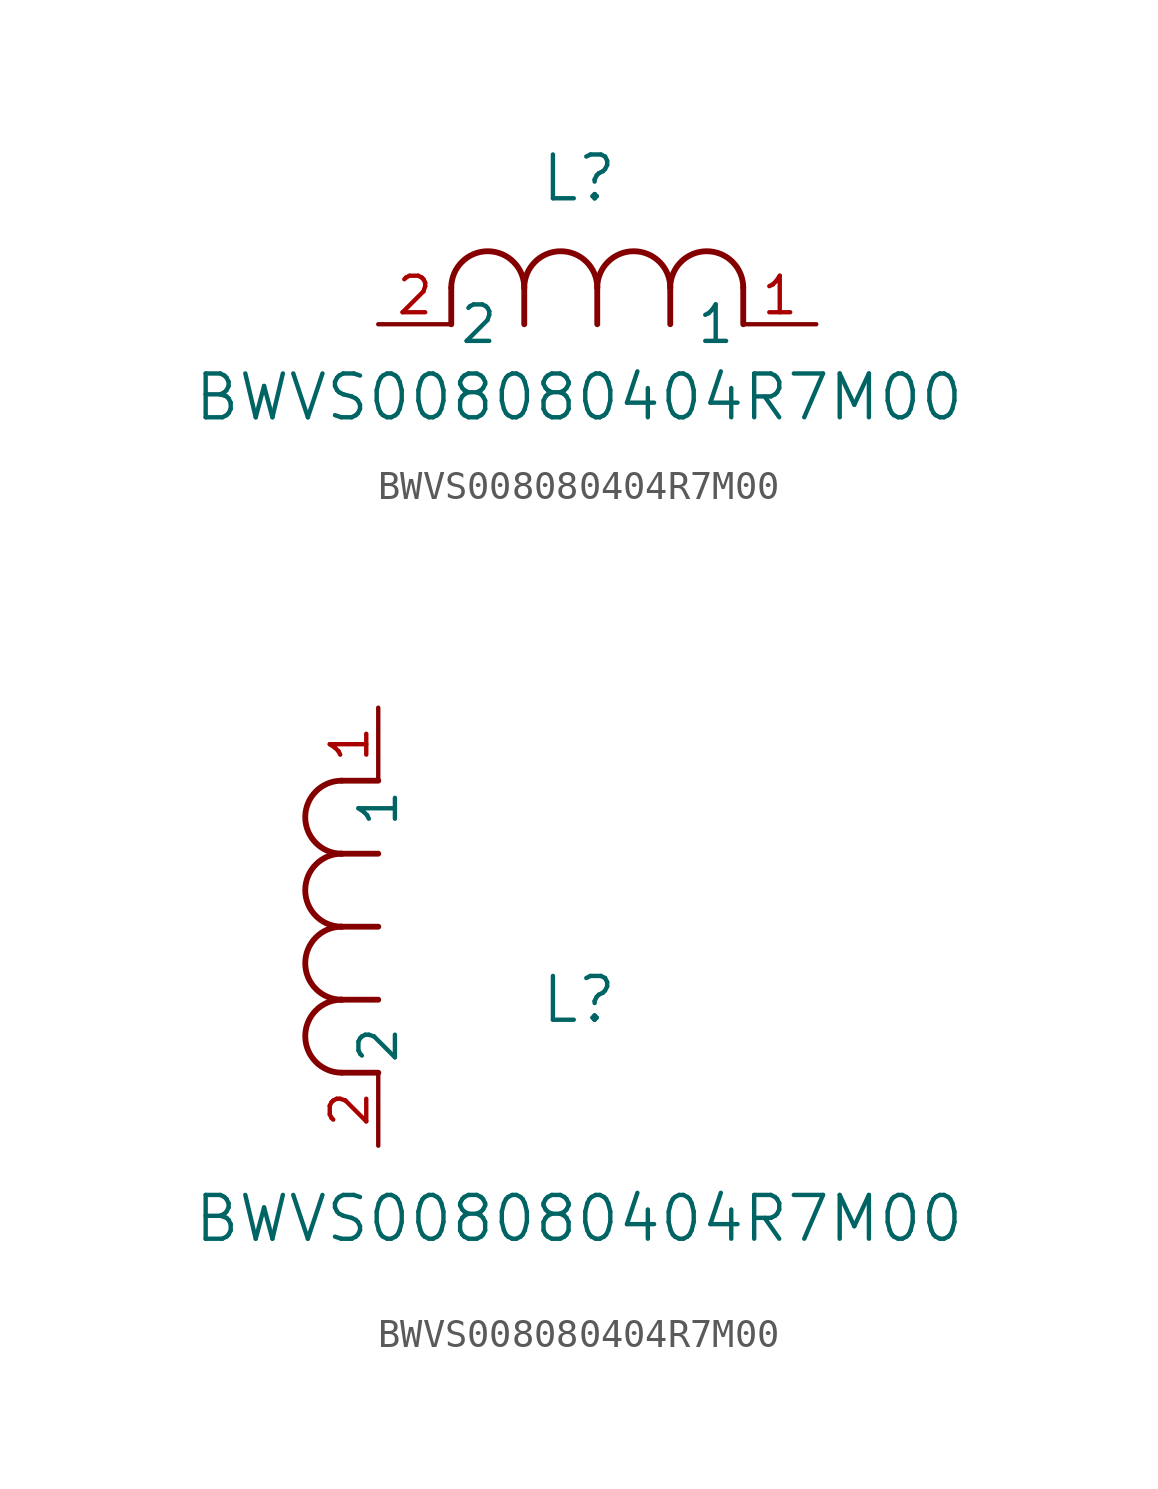
<source format=kicad_sym>
(kicad_symbol_lib
  (version 20211014)
  (generator kicad_symbol_editor)
  (symbol "BWVS008080404R7M00"
    (pin_names
      (offset 0.254))
    (property "Reference" "L"
      (at 6.985 5.08 0)
      (effects (font (size 1.524 1.524))))
    (property "Value" "BWVS008080404R7M00"
      (at 6.985 -2.54 0)
      (effects (font (size 1.524 1.524))))
    (symbol "BWVS008080404R7M00_1_1"
      (arc (start 7.62 1.27) (mid 6.35 2.54) (end 5.08 1.27) (stroke (width 0.2032) (type default) (color 0 0 0 0)) (fill (type none)))
      (polyline (pts (xy 5.08 0) (xy 5.08 1.27)) (stroke (width 0.203) (type default) (color 0 0 0 0)) (fill (type none)))
      (polyline (pts (xy 7.62 0) (xy 7.62 1.27)) (stroke (width 0.203) (type default) (color 0 0 0 0)) (fill (type none)))
      (polyline (pts (xy 12.7 0) (xy 12.7 1.27)) (stroke (width 0.203) (type default) (color 0 0 0 0)) (fill (type none)))
      (arc (start 5.08 1.27) (mid 3.81 2.54) (end 2.54 1.27) (stroke (width 0.2032) (type default) (color 0 0 0 0)) (fill (type none)))
      (arc (start 10.16 1.27) (mid 8.89 2.54) (end 7.62 1.27) (stroke (width 0.2032) (type default) (color 0 0 0 0)) (fill (type none)))
      (arc (start 12.7 1.27) (mid 11.43 2.54) (end 10.16 1.27) (stroke (width 0.2032) (type default) (color 0 0 0 0)) (fill (type none)))
      (polyline (pts (xy 2.54 0) (xy 2.54 1.27)) (stroke (width 0.203) (type default) (color 0 0 0 0)) (fill (type none)))
      (polyline (pts (xy 10.16 0) (xy 10.16 1.27)) (stroke (width 0.203) (type default) (color 0 0 0 0)) (fill (type none)))
      (pin unspecified line (at 0 0 0) (length 2.54) (name "2" (effects (font (size 1.27 1.27)))) (number "2" (effects (font (size 1.27 1.27)))))
      (pin unspecified line (at 15.24 0 180) (length 2.54) (name "1" (effects (font (size 1.27 1.27)))) (number "1" (effects (font (size 1.27 1.27))))))
    (symbol "BWVS008080404R7M00_1_2"
      (arc (start -1.27 7.62) (mid -2.54 6.35) (end -1.27 5.08) (stroke (width 0.2032) (type default) (color 0 0 0 0)) (fill (type none)))
      (arc (start -1.27 5.08) (mid -2.54 3.81) (end -1.27 2.54) (stroke (width 0.2032) (type default) (color 0 0 0 0)) (fill (type none)))
      (arc (start -1.27 12.7) (mid -2.54 11.43) (end -1.27 10.16) (stroke (width 0.2032) (type default) (color 0 0 0 0)) (fill (type none)))
      (arc (start -1.27 10.16) (mid -2.54 8.89) (end -1.27 7.62) (stroke (width 0.2032) (type default) (color 0 0 0 0)) (fill (type none)))
      (polyline (pts (xy 0 7.62) (xy -1.27 7.62)) (stroke (width 0.203) (type default) (color 0 0 0 0)) (fill (type none)))
      (polyline (pts (xy 0 5.08) (xy -1.27 5.08)) (stroke (width 0.203) (type default) (color 0 0 0 0)) (fill (type none)))
      (polyline (pts (xy 0 12.7) (xy -1.27 12.7)) (stroke (width 0.203) (type default) (color 0 0 0 0)) (fill (type none)))
      (polyline (pts (xy 0 2.54) (xy -1.27 2.54)) (stroke (width 0.203) (type default) (color 0 0 0 0)) (fill (type none)))
      (polyline (pts (xy 0 10.16) (xy -1.27 10.16)) (stroke (width 0.203) (type default) (color 0 0 0 0)) (fill (type none)))
      (pin unspecified line (at 0 0 90) (length 2.54) (name "2" (effects (font (size 1.27 1.27)))) (number "2" (effects (font (size 1.27 1.27)))))
      (pin unspecified line (at 0 15.24 270) (length 2.54) (name "1" (effects (font (size 1.27 1.27)))) (number "1" (effects (font (size 1.27 1.27))))))))
</source>
